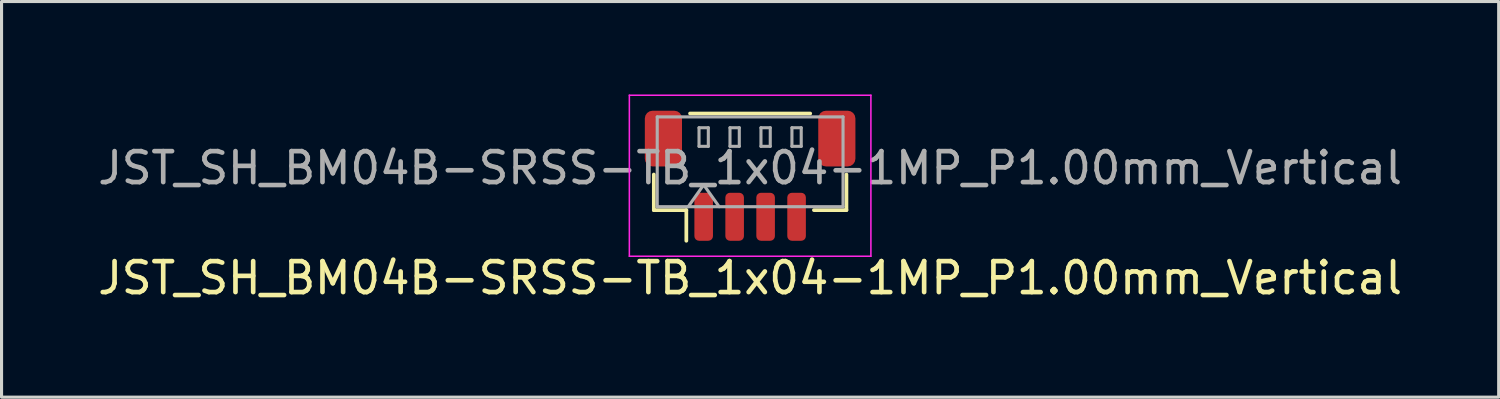
<source format=kicad_pcb>
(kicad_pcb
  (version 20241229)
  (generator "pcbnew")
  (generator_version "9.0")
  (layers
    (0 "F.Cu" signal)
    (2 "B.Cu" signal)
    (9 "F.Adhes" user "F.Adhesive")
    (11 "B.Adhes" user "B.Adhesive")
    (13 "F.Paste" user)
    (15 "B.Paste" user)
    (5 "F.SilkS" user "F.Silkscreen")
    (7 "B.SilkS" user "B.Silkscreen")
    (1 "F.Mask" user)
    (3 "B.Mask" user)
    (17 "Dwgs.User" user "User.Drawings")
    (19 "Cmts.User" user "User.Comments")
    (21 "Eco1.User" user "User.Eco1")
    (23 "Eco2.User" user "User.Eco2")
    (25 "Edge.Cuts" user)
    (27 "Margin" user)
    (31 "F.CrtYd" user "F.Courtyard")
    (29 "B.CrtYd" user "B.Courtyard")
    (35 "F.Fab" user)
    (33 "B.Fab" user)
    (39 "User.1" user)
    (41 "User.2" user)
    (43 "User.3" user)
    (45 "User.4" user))
  (footprint "JST_SH_BM04B-SRSS-TB_1x04-1MP_P1.00mm_Vertical"
    (layer "F.Cu")
    (at 21.173 2.625)
    (property "Reference" "JST_SH_BM04B-SRSS-TB_1x04-1MP_P1.00mm_Vertical" (at 0 3.302 0) (layer "F.SilkS") (effects (font (size 1 1) (thickness 0.15))))
    (attr smd)
    (fp_line (start -3.11 -0.04) (end -3.11 1.11) (stroke (width 0.12) (type solid)) (layer "F.SilkS"))
    (fp_line (start -3.11 1.11) (end -2.06 1.11) (stroke (width 0.12) (type solid)) (layer "F.SilkS"))
    (fp_line (start -2.06 1.11) (end -2.06 2.1) (stroke (width 0.12) (type solid)) (layer "F.SilkS"))
    (fp_line (start -1.94 -2.01) (end 1.94 -2.01) (stroke (width 0.12) (type solid)) (layer "F.SilkS"))
    (fp_line (start 3.11 -0.04) (end 3.11 1.11) (stroke (width 0.12) (type solid)) (layer "F.SilkS"))
    (fp_line (start 3.11 1.11) (end 2.06 1.11) (stroke (width 0.12) (type solid)) (layer "F.SilkS"))
    (fp_line (start -3.9 -2.6) (end -3.9 2.6) (stroke (width 0.05) (type solid)) (layer "F.CrtYd"))
    (fp_line (start -3.9 2.6) (end 3.9 2.6) (stroke (width 0.05) (type solid)) (layer "F.CrtYd"))
    (fp_line (start 3.9 -2.6) (end -3.9 -2.6) (stroke (width 0.05) (type solid)) (layer "F.CrtYd"))
    (fp_line (start 3.9 2.6) (end 3.9 -2.6) (stroke (width 0.05) (type solid)) (layer "F.CrtYd"))
    (fp_line (start -3 -1.9) (end 3 -1.9) (stroke (width 0.1) (type solid)) (layer "F.Fab"))
    (fp_line (start -3 1) (end -3 -1.9) (stroke (width 0.1) (type solid)) (layer "F.Fab"))
    (fp_line (start -3 1) (end 3 1) (stroke (width 0.1) (type solid)) (layer "F.Fab"))
    (fp_line (start -2 1) (end -1.5 0.293) (stroke (width 0.1) (type solid)) (layer "F.Fab"))
    (fp_line (start -1.65 -1.55) (end -1.65 -0.95) (stroke (width 0.1) (type solid)) (layer "F.Fab"))
    (fp_line (start -1.65 -0.95) (end -1.35 -0.95) (stroke (width 0.1) (type solid)) (layer "F.Fab"))
    (fp_line (start -1.5 0.293) (end -1 1) (stroke (width 0.1) (type solid)) (layer "F.Fab"))
    (fp_line (start -1.35 -1.55) (end -1.65 -1.55) (stroke (width 0.1) (type solid)) (layer "F.Fab"))
    (fp_line (start -1.35 -0.95) (end -1.35 -1.55) (stroke (width 0.1) (type solid)) (layer "F.Fab"))
    (fp_line (start -0.65 -1.55) (end -0.65 -0.95) (stroke (width 0.1) (type solid)) (layer "F.Fab"))
    (fp_line (start -0.65 -0.95) (end -0.35 -0.95) (stroke (width 0.1) (type solid)) (layer "F.Fab"))
    (fp_line (start -0.35 -1.55) (end -0.65 -1.55) (stroke (width 0.1) (type solid)) (layer "F.Fab"))
    (fp_line (start -0.35 -0.95) (end -0.35 -1.55) (stroke (width 0.1) (type solid)) (layer "F.Fab"))
    (fp_line (start 0.35 -1.55) (end 0.35 -0.95) (stroke (width 0.1) (type solid)) (layer "F.Fab"))
    (fp_line (start 0.35 -0.95) (end 0.65 -0.95) (stroke (width 0.1) (type solid)) (layer "F.Fab"))
    (fp_line (start 0.65 -1.55) (end 0.35 -1.55) (stroke (width 0.1) (type solid)) (layer "F.Fab"))
    (fp_line (start 0.65 -0.95) (end 0.65 -1.55) (stroke (width 0.1) (type solid)) (layer "F.Fab"))
    (fp_line (start 1.35 -1.55) (end 1.35 -0.95) (stroke (width 0.1) (type solid)) (layer "F.Fab"))
    (fp_line (start 1.35 -0.95) (end 1.65 -0.95) (stroke (width 0.1) (type solid)) (layer "F.Fab"))
    (fp_line (start 1.65 -1.55) (end 1.35 -1.55) (stroke (width 0.1) (type solid)) (layer "F.Fab"))
    (fp_line (start 1.65 -0.95) (end 1.65 -1.55) (stroke (width 0.1) (type solid)) (layer "F.Fab"))
    (fp_line (start 3 1) (end 3 -1.9) (stroke (width 0.1) (type solid)) (layer "F.Fab"))
    (fp_text user "${REFERENCE}" (at 0 -0.25 0) (layer "F.Fab") (effects (font (size 1 1) (thickness 0.15))))
    (pad "1" smd roundrect (at -1.5 1.325) (size 0.6 1.55) (layers "F.Cu" "F.Mask" "F.Paste") (roundrect_rratio 0.25))
    (pad "2" smd roundrect (at -0.5 1.325) (size 0.6 1.55) (layers "F.Cu" "F.Mask" "F.Paste") (roundrect_rratio 0.25))
    (pad "3" smd roundrect (at 0.5 1.325) (size 0.6 1.55) (layers "F.Cu" "F.Mask" "F.Paste") (roundrect_rratio 0.25))
    (pad "4" smd roundrect (at 1.5 1.325) (size 0.6 1.55) (layers "F.Cu" "F.Mask" "F.Paste") (roundrect_rratio 0.25))
    (pad "MP" smd roundrect (at -2.8 -1.2) (size 1.2 1.8) (layers "F.Cu" "F.Mask" "F.Paste") (roundrect_rratio 0.208))
    (pad "MP" smd roundrect (at 2.8 -1.2) (size 1.2 1.8) (layers "F.Cu" "F.Mask" "F.Paste") (roundrect_rratio 0.208)))
  (gr_rect
    (start -3 -3)
    (end 45.345 9.775)
    (stroke (width 0.1) (type default))
    (fill no)
    (layer "Edge.Cuts")))
</source>
